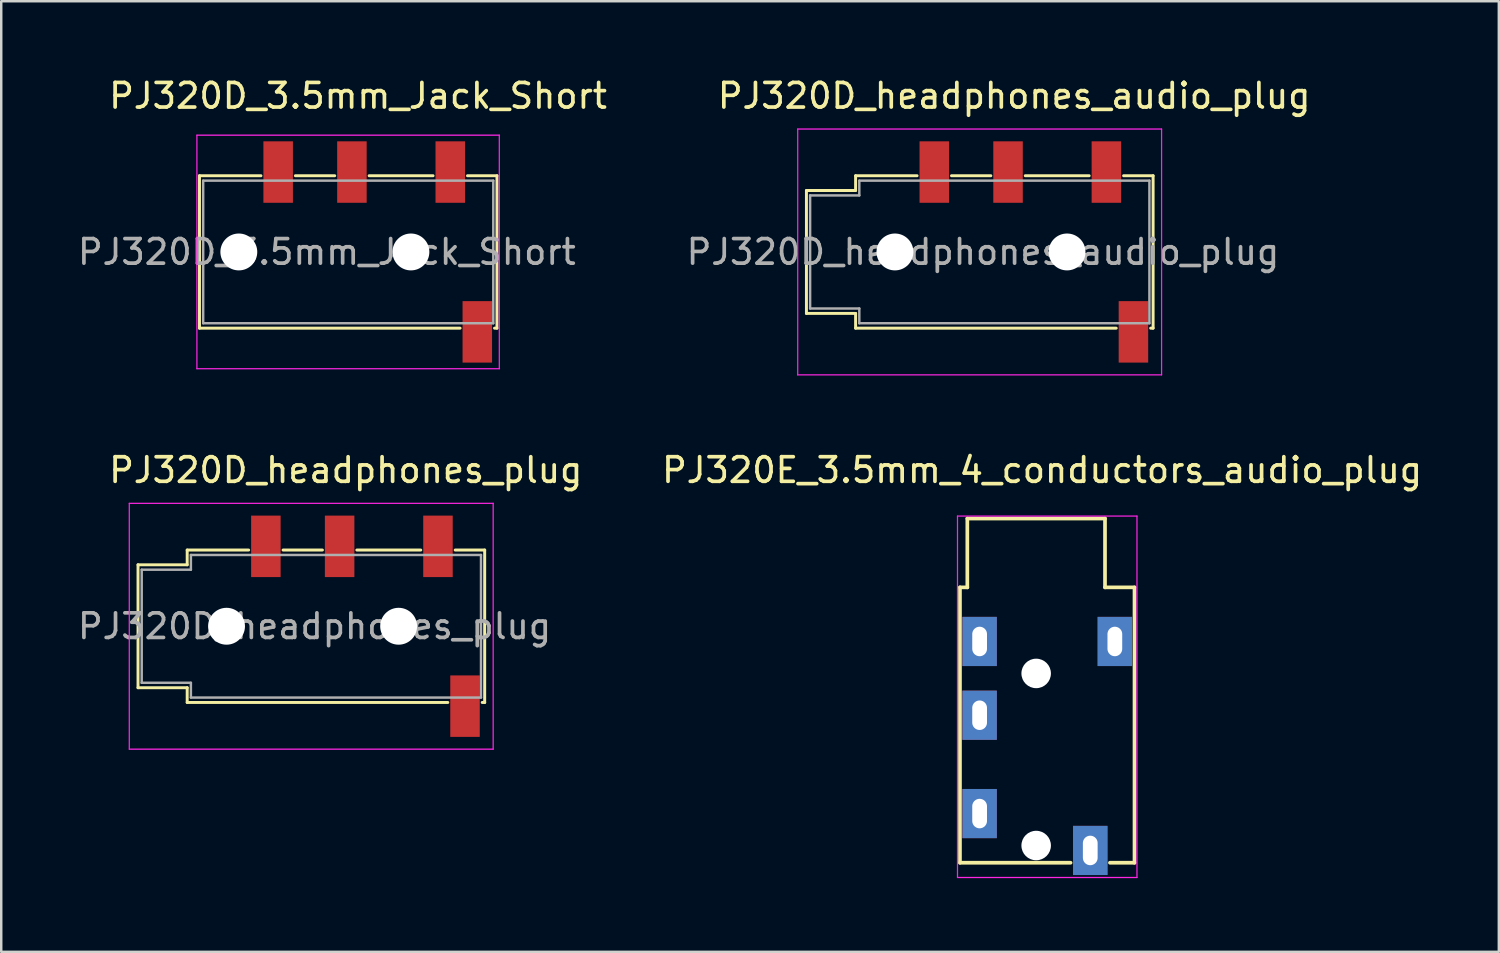
<source format=kicad_pcb>
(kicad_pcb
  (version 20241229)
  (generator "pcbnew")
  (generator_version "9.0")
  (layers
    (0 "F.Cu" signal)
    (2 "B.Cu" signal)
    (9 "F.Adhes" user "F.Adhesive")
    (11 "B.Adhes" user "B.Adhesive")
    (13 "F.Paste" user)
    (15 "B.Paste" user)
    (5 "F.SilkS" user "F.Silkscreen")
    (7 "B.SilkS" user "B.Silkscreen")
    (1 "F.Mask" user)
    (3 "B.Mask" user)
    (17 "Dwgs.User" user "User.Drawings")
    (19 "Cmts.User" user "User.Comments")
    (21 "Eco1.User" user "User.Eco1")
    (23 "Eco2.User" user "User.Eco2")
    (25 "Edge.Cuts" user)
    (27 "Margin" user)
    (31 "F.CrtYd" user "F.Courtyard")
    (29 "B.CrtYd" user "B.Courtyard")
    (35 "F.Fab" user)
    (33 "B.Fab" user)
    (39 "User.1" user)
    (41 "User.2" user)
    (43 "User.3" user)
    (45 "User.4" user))
  (footprint "PJ320D_3.5mm_Jack_Short"
    (layer "F.Cu")
    (at 11.439 7.198)
    (property "Reference" "PJ320D_3.5mm_Jack_Short" (at 0.075 -6.35 0) (layer "F.SilkS") (effects (font (size 1 1) (thickness 0.15))))
    (attr smd)
    (fp_line (start -6.375 -3.1) (end -6.375 3.1) (stroke (width 0.12) (type solid)) (layer "F.SilkS"))
    (fp_line (start -6.375 -3.1) (end -3.875 -3.1) (stroke (width 0.12) (type solid)) (layer "F.SilkS"))
    (fp_line (start -2.475 -3.1) (end -0.875 -3.1) (stroke (width 0.12) (type solid)) (layer "F.SilkS"))
    (fp_line (start 0.525 -3.1) (end 3.125 -3.1) (stroke (width 0.12) (type solid)) (layer "F.SilkS"))
    (fp_line (start 4.225 3.1) (end -6.375 3.1) (stroke (width 0.12) (type solid)) (layer "F.SilkS"))
    (fp_line (start 4.525 -3.1) (end 5.725 -3.1) (stroke (width 0.12) (type solid)) (layer "F.SilkS"))
    (fp_line (start 5.625 3.1) (end 5.725 3.1) (stroke (width 0.12) (type solid)) (layer "F.SilkS"))
    (fp_line (start 5.725 3.1) (end 5.725 -3.1) (stroke (width 0.12) (type solid)) (layer "F.SilkS"))
    (fp_line (start -6.48 -4.75) (end -6.48 4.75) (stroke (width 0.05) (type solid)) (layer "F.CrtYd"))
    (fp_line (start -6.48 -4.75) (end 5.82 -4.75) (stroke (width 0.05) (type solid)) (layer "F.CrtYd"))
    (fp_line (start 5.82 4.75) (end -6.48 4.75) (stroke (width 0.05) (type solid)) (layer "F.CrtYd"))
    (fp_line (start 5.82 4.75) (end 5.82 -4.75) (stroke (width 0.05) (type solid)) (layer "F.CrtYd"))
    (fp_line (start -6.225 -2.9) (end 5.575 -2.9) (stroke (width 0.1) (type solid)) (layer "F.Fab"))
    (fp_line (start -6.225 2.9) (end -6.225 -2.9) (stroke (width 0.1) (type solid)) (layer "F.Fab"))
    (fp_line (start 5.575 -2.9) (end 5.575 2.9) (stroke (width 0.1) (type solid)) (layer "F.Fab"))
    (fp_line (start 5.575 2.9) (end -6.225 2.9) (stroke (width 0.1) (type solid)) (layer "F.Fab"))
    (fp_text user "${REFERENCE}" (at -1.195 0 0) (layer "F.Fab") (effects (font (size 1 1) (thickness 0.15))))
    (pad "" np_thru_hole circle (at -4.775 0) (size 1.5 1.5) (drill 1.5) (layers "*.Cu" "*.Mask"))
    (pad "" np_thru_hole circle (at 2.225 0) (size 1.5 1.5) (drill 1.5) (layers "*.Cu" "*.Mask"))
    (pad "1" smd rect (at 3.825 -3.25) (size 1.2 2.5) (layers "F.Cu" "F.Mask" "F.Paste"))
    (pad "2" smd rect (at -0.175 -3.25) (size 1.2 2.5) (layers "F.Cu" "F.Mask" "F.Paste"))
    (pad "3" smd rect (at -3.175 -3.25) (size 1.2 2.5) (layers "F.Cu" "F.Mask" "F.Paste"))
    (pad "4" smd rect (at 4.925 3.25) (size 1.2 2.5) (layers "F.Cu" "F.Mask" "F.Paste")))
  (footprint "PJ320D_headphones_plug"
    (layer "F.Cu")
    (at 10.939 22.422)
    (property "Reference" "PJ320D_headphones_plug" (at 0.075 -6.35 0) (layer "F.SilkS") (effects (font (size 1 1) (thickness 0.15))))
    (attr smd)
    (fp_line (start -8.375 -2.5) (end -8.375 2.5) (stroke (width 0.12) (type solid)) (layer "F.SilkS"))
    (fp_line (start -6.375 -3.1) (end -6.375 -2.5) (stroke (width 0.12) (type solid)) (layer "F.SilkS"))
    (fp_line (start -6.375 -3.1) (end -3.875 -3.1) (stroke (width 0.12) (type solid)) (layer "F.SilkS"))
    (fp_line (start -6.375 -2.5) (end -8.375 -2.5) (stroke (width 0.12) (type solid)) (layer "F.SilkS"))
    (fp_line (start -6.375 2.5) (end -8.375 2.5) (stroke (width 0.12) (type solid)) (layer "F.SilkS"))
    (fp_line (start -6.375 2.5) (end -6.375 3.1) (stroke (width 0.12) (type solid)) (layer "F.SilkS"))
    (fp_line (start -2.475 -3.1) (end -0.875 -3.1) (stroke (width 0.12) (type solid)) (layer "F.SilkS"))
    (fp_line (start 0.525 -3.1) (end 3.125 -3.1) (stroke (width 0.12) (type solid)) (layer "F.SilkS"))
    (fp_line (start 4.225 3.1) (end -6.375 3.1) (stroke (width 0.12) (type solid)) (layer "F.SilkS"))
    (fp_line (start 4.525 -3.1) (end 5.725 -3.1) (stroke (width 0.12) (type solid)) (layer "F.SilkS"))
    (fp_line (start 5.625 3.1) (end 5.725 3.1) (stroke (width 0.12) (type solid)) (layer "F.SilkS"))
    (fp_line (start 5.725 3.1) (end 5.725 -3.1) (stroke (width 0.12) (type solid)) (layer "F.SilkS"))
    (fp_line (start -8.73 -5) (end 6.07 -5) (stroke (width 0.05) (type solid)) (layer "F.CrtYd"))
    (fp_line (start -8.73 5) (end -8.73 -5) (stroke (width 0.05) (type solid)) (layer "F.CrtYd"))
    (fp_line (start -8.73 5) (end 6.07 5) (stroke (width 0.05) (type solid)) (layer "F.CrtYd"))
    (fp_line (start 6.07 5) (end 6.07 -5) (stroke (width 0.05) (type solid)) (layer "F.CrtYd"))
    (fp_line (start -8.225 -2.3) (end -6.225 -2.3) (stroke (width 0.1) (type solid)) (layer "F.Fab"))
    (fp_line (start -8.225 2.3) (end -8.225 -2.3) (stroke (width 0.1) (type solid)) (layer "F.Fab"))
    (fp_line (start -6.225 -2.9) (end 5.575 -2.9) (stroke (width 0.1) (type solid)) (layer "F.Fab"))
    (fp_line (start -6.225 -2.3) (end -6.225 -2.9) (stroke (width 0.1) (type solid)) (layer "F.Fab"))
    (fp_line (start -6.225 2.3) (end -8.225 2.3) (stroke (width 0.1) (type solid)) (layer "F.Fab"))
    (fp_line (start -6.225 2.9) (end -6.225 2.3) (stroke (width 0.1) (type solid)) (layer "F.Fab"))
    (fp_line (start 5.575 -2.9) (end 5.575 2.9) (stroke (width 0.1) (type solid)) (layer "F.Fab"))
    (fp_line (start 5.575 2.9) (end -6.225 2.9) (stroke (width 0.1) (type solid)) (layer "F.Fab"))
    (fp_text user "${REFERENCE}" (at -1.195 0 0) (layer "F.Fab") (effects (font (size 1 1) (thickness 0.15))))
    (pad "" np_thru_hole circle (at -4.775 0) (size 1.5 1.5) (drill 1.5) (layers "*.Cu" "*.Mask"))
    (pad "" np_thru_hole circle (at 2.225 0) (size 1.5 1.5) (drill 1.5) (layers "*.Cu" "*.Mask"))
    (pad "1" smd rect (at 3.825 -3.25) (size 1.2 2.5) (layers "F.Cu" "F.Mask" "F.Paste"))
    (pad "2" smd rect (at -0.175 -3.25) (size 1.2 2.5) (layers "F.Cu" "F.Mask" "F.Paste"))
    (pad "3" smd rect (at -3.175 -3.25) (size 1.2 2.5) (layers "F.Cu" "F.Mask" "F.Paste"))
    (pad "4" smd rect (at 4.925 3.25) (size 1.2 2.5) (layers "F.Cu" "F.Mask" "F.Paste")))
  (footprint "PJ320E_3.5mm_4_conductors_audio_plug"
    (layer "F.Cu")
    (at 36.795 30.041)
    (property "Reference" "PJ320E_3.5mm_4_conductors_audio_plug" (at 2.54 -13.97 0) (layer "F.SilkS") (effects (font (size 1 1) (thickness 0.15))))
    (attr through_hole)
    (fp_line (start -0.8 -9.2) (end -0.8 2) (stroke (width 0.15) (type solid)) (layer "F.SilkS"))
    (fp_line (start -0.8 -9.2) (end -0.5 -9.2) (stroke (width 0.15) (type solid)) (layer "F.SilkS"))
    (fp_line (start -0.8 2) (end 3.7 2) (stroke (width 0.15) (type solid)) (layer "F.SilkS"))
    (fp_line (start -0.5 -9.2) (end -0.5 -12) (stroke (width 0.15) (type solid)) (layer "F.SilkS"))
    (fp_line (start 5.1 -12) (end -0.5 -12) (stroke (width 0.15) (type solid)) (layer "F.SilkS"))
    (fp_line (start 5.1 -9.2) (end 5.1 -12) (stroke (width 0.15) (type solid)) (layer "F.SilkS"))
    (fp_line (start 5.1 -9.2) (end 6.3 -9.2) (stroke (width 0.15) (type solid)) (layer "F.SilkS"))
    (fp_line (start 6.3 -9.2) (end 6.3 2) (stroke (width 0.15) (type solid)) (layer "F.SilkS"))
    (fp_line (start 6.3 2) (end 5.3 2) (stroke (width 0.15) (type solid)) (layer "F.SilkS"))
    (fp_line (start -0.9 -12.1) (end -0.9 2.6) (stroke (width 0.05) (type solid)) (layer "F.CrtYd"))
    (fp_line (start -0.9 -12.1) (end 6.4 -12.1) (stroke (width 0.05) (type solid)) (layer "F.CrtYd"))
    (fp_line (start -0.9 2.6) (end 6.4 2.6) (stroke (width 0.05) (type solid)) (layer "F.CrtYd"))
    (fp_line (start 6.4 -12.1) (end 6.4 2.6) (stroke (width 0.05) (type solid)) (layer "F.CrtYd"))
    (pad "" np_thru_hole circle (at 2.3 -5.7 270) (size 1.2 1.2) (drill 1.2) (layers "*.Cu" "*.Mask"))
    (pad "" np_thru_hole circle (at 2.3 1.3 270) (size 1.2 1.2) (drill 1.2) (layers "*.Cu" "*.Mask"))
    (pad "1" thru_hole rect (at 0 0 270) (size 2 1.4) (drill oval 1.2 0.6) (layers "*.Cu" "*.Mask"))
    (pad "2" thru_hole rect (at 0 -4 270) (size 2 1.4) (drill oval 1.2 0.6) (layers "*.Cu" "*.Mask"))
    (pad "3" thru_hole rect (at 0 -7 270) (size 2 1.4) (drill oval 1.2 0.6) (layers "*.Cu" "*.Mask"))
    (pad "4" thru_hole rect (at 4.5 1.5 270) (size 2 1.4) (drill oval 1.2 0.6) (layers "*.Cu" "*.Mask"))
    (pad "5" thru_hole rect (at 5.5 -7 270) (size 2 1.4) (drill oval 1.2 0.6) (layers "*.Cu" "*.Mask")))
  (footprint "PJ320D_headphones_audio_plug"
    (layer "F.Cu")
    (at 38.126 7.198)
    (property "Reference" "PJ320D_headphones_audio_plug" (at 0.075 -6.35 0) (layer "F.SilkS") (effects (font (size 1 1) (thickness 0.15))))
    (attr smd)
    (fp_line (start -8.375 -2.5) (end -8.375 2.5) (stroke (width 0.12) (type solid)) (layer "F.SilkS"))
    (fp_line (start -6.375 -3.1) (end -6.375 -2.5) (stroke (width 0.12) (type solid)) (layer "F.SilkS"))
    (fp_line (start -6.375 -3.1) (end -3.875 -3.1) (stroke (width 0.12) (type solid)) (layer "F.SilkS"))
    (fp_line (start -6.375 -2.5) (end -8.375 -2.5) (stroke (width 0.12) (type solid)) (layer "F.SilkS"))
    (fp_line (start -6.375 2.5) (end -8.375 2.5) (stroke (width 0.12) (type solid)) (layer "F.SilkS"))
    (fp_line (start -6.375 2.5) (end -6.375 3.1) (stroke (width 0.12) (type solid)) (layer "F.SilkS"))
    (fp_line (start -2.475 -3.1) (end -0.875 -3.1) (stroke (width 0.12) (type solid)) (layer "F.SilkS"))
    (fp_line (start 0.525 -3.1) (end 3.125 -3.1) (stroke (width 0.12) (type solid)) (layer "F.SilkS"))
    (fp_line (start 4.225 3.1) (end -6.375 3.1) (stroke (width 0.12) (type solid)) (layer "F.SilkS"))
    (fp_line (start 4.525 -3.1) (end 5.725 -3.1) (stroke (width 0.12) (type solid)) (layer "F.SilkS"))
    (fp_line (start 5.625 3.1) (end 5.725 3.1) (stroke (width 0.12) (type solid)) (layer "F.SilkS"))
    (fp_line (start 5.725 3.1) (end 5.725 -3.1) (stroke (width 0.12) (type solid)) (layer "F.SilkS"))
    (fp_line (start -8.73 -5) (end 6.07 -5) (stroke (width 0.05) (type solid)) (layer "F.CrtYd"))
    (fp_line (start -8.73 5) (end -8.73 -5) (stroke (width 0.05) (type solid)) (layer "F.CrtYd"))
    (fp_line (start -8.73 5) (end 6.07 5) (stroke (width 0.05) (type solid)) (layer "F.CrtYd"))
    (fp_line (start 6.07 5) (end 6.07 -5) (stroke (width 0.05) (type solid)) (layer "F.CrtYd"))
    (fp_line (start -8.225 -2.3) (end -6.225 -2.3) (stroke (width 0.1) (type solid)) (layer "F.Fab"))
    (fp_line (start -8.225 2.3) (end -8.225 -2.3) (stroke (width 0.1) (type solid)) (layer "F.Fab"))
    (fp_line (start -6.225 -2.9) (end 5.575 -2.9) (stroke (width 0.1) (type solid)) (layer "F.Fab"))
    (fp_line (start -6.225 -2.3) (end -6.225 -2.9) (stroke (width 0.1) (type solid)) (layer "F.Fab"))
    (fp_line (start -6.225 2.3) (end -8.225 2.3) (stroke (width 0.1) (type solid)) (layer "F.Fab"))
    (fp_line (start -6.225 2.9) (end -6.225 2.3) (stroke (width 0.1) (type solid)) (layer "F.Fab"))
    (fp_line (start 5.575 -2.9) (end 5.575 2.9) (stroke (width 0.1) (type solid)) (layer "F.Fab"))
    (fp_line (start 5.575 2.9) (end -6.225 2.9) (stroke (width 0.1) (type solid)) (layer "F.Fab"))
    (fp_text user "${REFERENCE}" (at -1.195 0 0) (layer "F.Fab") (effects (font (size 1 1) (thickness 0.15))))
    (pad "" np_thru_hole circle (at -4.775 0) (size 1.5 1.5) (drill 1.5) (layers "*.Cu" "*.Mask"))
    (pad "" np_thru_hole circle (at 2.225 0) (size 1.5 1.5) (drill 1.5) (layers "*.Cu" "*.Mask"))
    (pad "1" smd rect (at 3.825 -3.25) (size 1.2 2.5) (layers "F.Cu" "F.Mask" "F.Paste"))
    (pad "2" smd rect (at -0.175 -3.25) (size 1.2 2.5) (layers "F.Cu" "F.Mask" "F.Paste"))
    (pad "3" smd rect (at -3.175 -3.25) (size 1.2 2.5) (layers "F.Cu" "F.Mask" "F.Paste"))
    (pad "4" smd rect (at 4.925 3.25) (size 1.2 2.5) (layers "F.Cu" "F.Mask" "F.Paste")))
  (gr_rect
    (start -3 -3)
    (end 57.913 35.666)
    (stroke (width 0.1) (type default))
    (fill no)
    (layer "Edge.Cuts")))
</source>
